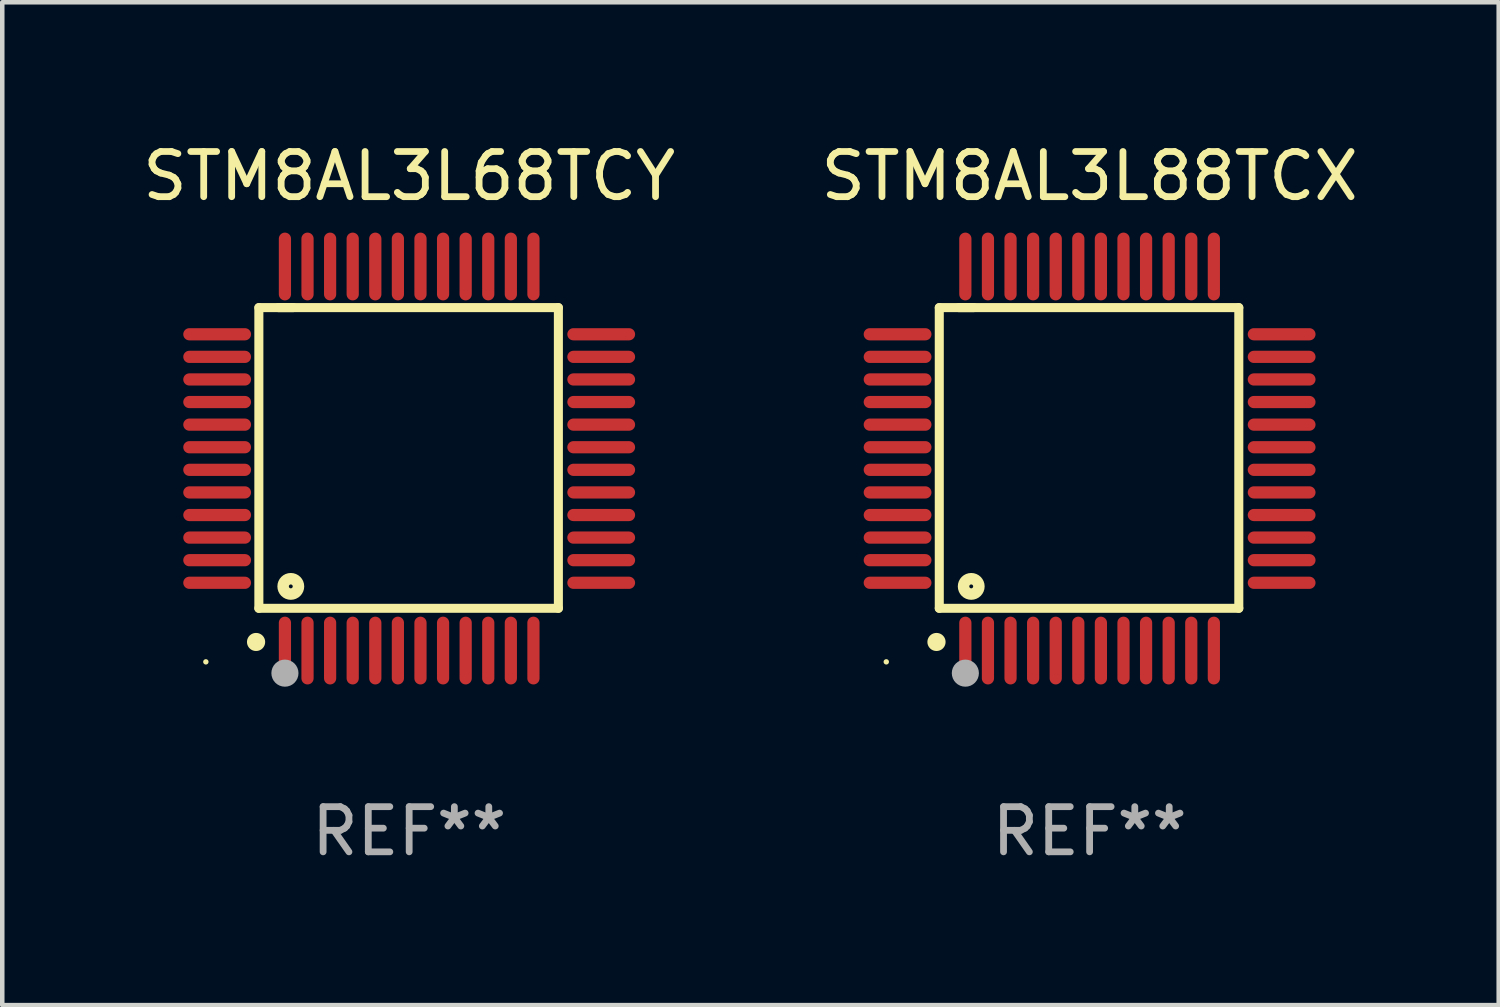
<source format=kicad_pcb>
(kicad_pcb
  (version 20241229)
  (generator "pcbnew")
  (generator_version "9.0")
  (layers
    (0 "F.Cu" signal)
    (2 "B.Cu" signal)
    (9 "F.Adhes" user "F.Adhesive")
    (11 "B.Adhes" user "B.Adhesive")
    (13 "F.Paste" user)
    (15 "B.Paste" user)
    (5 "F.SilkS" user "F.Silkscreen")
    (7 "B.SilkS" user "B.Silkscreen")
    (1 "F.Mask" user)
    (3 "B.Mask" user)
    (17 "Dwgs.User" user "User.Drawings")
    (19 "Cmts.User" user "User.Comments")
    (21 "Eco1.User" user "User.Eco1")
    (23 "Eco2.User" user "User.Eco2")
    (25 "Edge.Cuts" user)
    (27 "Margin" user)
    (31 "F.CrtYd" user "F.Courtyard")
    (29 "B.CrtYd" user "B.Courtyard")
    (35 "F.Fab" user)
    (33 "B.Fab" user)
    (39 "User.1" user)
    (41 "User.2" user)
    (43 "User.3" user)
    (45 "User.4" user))
  (footprint "STM8AL3L88TCX"
    (layer "F.Cu")
    (at 21.065 7.098)
    (property "Reference" "STM8AL3L88TCX" (at 0 -6.25 0) (layer "F.SilkS") (effects (font (size 1 1) (thickness 0.15))))
    (attr through_hole)
    (fp_line (start -3.327 -3.34) (end -2.565 -3.34) (stroke (width 0.2) (type solid)) (layer "F.SilkS"))
    (fp_line (start -3.327 3.315) (end -3.327 -3.34) (stroke (width 0.2) (type solid)) (layer "F.SilkS"))
    (fp_line (start -2.896 -3.34) (end 3.302 -3.34) (stroke (width 0.2) (type solid)) (layer "F.SilkS"))
    (fp_line (start 3.302 -3.34) (end 3.302 3.315) (stroke (width 0.2) (type solid)) (layer "F.SilkS"))
    (fp_line (start 3.302 3.315) (end -3.327 3.315) (stroke (width 0.2) (type solid)) (layer "F.SilkS"))
    (fp_arc (start -3.389992 4.059995) (mid -3.388722 4.059991) (end -3.387452 4.059995) (stroke (width 0.4) (type solid)) (layer "F.SilkS"))
    (fp_circle (center -4.5 4.5) (end -4.47 4.5) (stroke (width 0.06) (type solid)) (fill no) (layer "F.SilkS"))
    (fp_circle (center -2.62 2.83) (end -2.45 2.83) (stroke (width 0.254) (type solid)) (fill no) (layer "F.SilkS"))
    (fp_circle (center -2.75 4.75) (end -2.6 4.75) (stroke (width 0.3) (type solid)) (fill no) (layer "F.Fab"))
    (fp_text user "REF**" (at 0 8.25 0) (layer "F.Fab") (effects (font (size 1 1) (thickness 0.15))))
    (pad "1" smd oval (at -2.75 4.25) (size 0.27 1.5) (layers "F.Cu" "F.Mask" "F.Paste"))
    (pad "2" smd oval (at -2.25 4.25) (size 0.27 1.5) (layers "F.Cu" "F.Mask" "F.Paste"))
    (pad "3" smd oval (at -1.75 4.25) (size 0.27 1.5) (layers "F.Cu" "F.Mask" "F.Paste"))
    (pad "4" smd oval (at -1.25 4.25) (size 0.27 1.5) (layers "F.Cu" "F.Mask" "F.Paste"))
    (pad "5" smd oval (at -0.75 4.25) (size 0.27 1.5) (layers "F.Cu" "F.Mask" "F.Paste"))
    (pad "6" smd oval (at -0.25 4.25) (size 0.27 1.5) (layers "F.Cu" "F.Mask" "F.Paste"))
    (pad "7" smd oval (at 0.25 4.25) (size 0.27 1.5) (layers "F.Cu" "F.Mask" "F.Paste"))
    (pad "8" smd oval (at 0.75 4.25) (size 0.27 1.5) (layers "F.Cu" "F.Mask" "F.Paste"))
    (pad "9" smd oval (at 1.25 4.25) (size 0.27 1.5) (layers "F.Cu" "F.Mask" "F.Paste"))
    (pad "10" smd oval (at 1.75 4.25) (size 0.27 1.5) (layers "F.Cu" "F.Mask" "F.Paste"))
    (pad "11" smd oval (at 2.25 4.25) (size 0.27 1.5) (layers "F.Cu" "F.Mask" "F.Paste"))
    (pad "12" smd oval (at 2.75 4.25) (size 0.27 1.5) (layers "F.Cu" "F.Mask" "F.Paste"))
    (pad "13" smd oval (at 4.25 2.75) (size 1.5 0.27) (layers "F.Cu" "F.Mask" "F.Paste"))
    (pad "14" smd oval (at 4.25 2.25) (size 1.5 0.27) (layers "F.Cu" "F.Mask" "F.Paste"))
    (pad "15" smd oval (at 4.25 1.75) (size 1.5 0.27) (layers "F.Cu" "F.Mask" "F.Paste"))
    (pad "16" smd oval (at 4.25 1.25) (size 1.5 0.27) (layers "F.Cu" "F.Mask" "F.Paste"))
    (pad "17" smd oval (at 4.25 0.75) (size 1.5 0.27) (layers "F.Cu" "F.Mask" "F.Paste"))
    (pad "18" smd oval (at 4.25 0.25) (size 1.5 0.27) (layers "F.Cu" "F.Mask" "F.Paste"))
    (pad "19" smd oval (at 4.25 -0.25) (size 1.5 0.27) (layers "F.Cu" "F.Mask" "F.Paste"))
    (pad "20" smd oval (at 4.25 -0.75) (size 1.5 0.27) (layers "F.Cu" "F.Mask" "F.Paste"))
    (pad "21" smd oval (at 4.25 -1.25) (size 1.5 0.27) (layers "F.Cu" "F.Mask" "F.Paste"))
    (pad "22" smd oval (at 4.25 -1.75) (size 1.5 0.27) (layers "F.Cu" "F.Mask" "F.Paste"))
    (pad "23" smd oval (at 4.25 -2.25) (size 1.5 0.27) (layers "F.Cu" "F.Mask" "F.Paste"))
    (pad "24" smd oval (at 4.25 -2.75) (size 1.5 0.27) (layers "F.Cu" "F.Mask" "F.Paste"))
    (pad "25" smd oval (at 2.75 -4.25) (size 0.27 1.5) (layers "F.Cu" "F.Mask" "F.Paste"))
    (pad "26" smd oval (at 2.25 -4.25) (size 0.27 1.5) (layers "F.Cu" "F.Mask" "F.Paste"))
    (pad "27" smd oval (at 1.75 -4.25) (size 0.27 1.5) (layers "F.Cu" "F.Mask" "F.Paste"))
    (pad "28" smd oval (at 1.25 -4.25) (size 0.27 1.5) (layers "F.Cu" "F.Mask" "F.Paste"))
    (pad "29" smd oval (at 0.75 -4.25) (size 0.27 1.5) (layers "F.Cu" "F.Mask" "F.Paste"))
    (pad "30" smd oval (at 0.25 -4.25) (size 0.27 1.5) (layers "F.Cu" "F.Mask" "F.Paste"))
    (pad "31" smd oval (at -0.25 -4.25) (size 0.27 1.5) (layers "F.Cu" "F.Mask" "F.Paste"))
    (pad "32" smd oval (at -0.75 -4.25) (size 0.27 1.5) (layers "F.Cu" "F.Mask" "F.Paste"))
    (pad "33" smd oval (at -1.25 -4.25) (size 0.27 1.5) (layers "F.Cu" "F.Mask" "F.Paste"))
    (pad "34" smd oval (at -1.75 -4.25) (size 0.27 1.5) (layers "F.Cu" "F.Mask" "F.Paste"))
    (pad "35" smd oval (at -2.25 -4.25) (size 0.27 1.5) (layers "F.Cu" "F.Mask" "F.Paste"))
    (pad "36" smd oval (at -2.75 -4.25) (size 0.27 1.5) (layers "F.Cu" "F.Mask" "F.Paste"))
    (pad "37" smd oval (at -4.25 -2.75) (size 1.5 0.27) (layers "F.Cu" "F.Mask" "F.Paste"))
    (pad "38" smd oval (at -4.25 -2.25) (size 1.5 0.27) (layers "F.Cu" "F.Mask" "F.Paste"))
    (pad "39" smd oval (at -4.25 -1.75) (size 1.5 0.27) (layers "F.Cu" "F.Mask" "F.Paste"))
    (pad "40" smd oval (at -4.25 -1.25) (size 1.5 0.27) (layers "F.Cu" "F.Mask" "F.Paste"))
    (pad "41" smd oval (at -4.25 -0.75) (size 1.5 0.27) (layers "F.Cu" "F.Mask" "F.Paste"))
    (pad "42" smd oval (at -4.25 -0.25) (size 1.5 0.27) (layers "F.Cu" "F.Mask" "F.Paste"))
    (pad "43" smd oval (at -4.25 0.25) (size 1.5 0.27) (layers "F.Cu" "F.Mask" "F.Paste"))
    (pad "44" smd oval (at -4.25 0.75) (size 1.5 0.27) (layers "F.Cu" "F.Mask" "F.Paste"))
    (pad "45" smd oval (at -4.25 1.25) (size 1.5 0.27) (layers "F.Cu" "F.Mask" "F.Paste"))
    (pad "46" smd oval (at -4.25 1.75) (size 1.5 0.27) (layers "F.Cu" "F.Mask" "F.Paste"))
    (pad "47" smd oval (at -4.25 2.25) (size 1.5 0.27) (layers "F.Cu" "F.Mask" "F.Paste"))
    (pad "48" smd oval (at -4.25 2.75) (size 1.5 0.27) (layers "F.Cu" "F.Mask" "F.Paste")))
  (footprint "STM8AL3L68TCY"
    (layer "F.Cu")
    (at 6.006 7.098)
    (property "Reference" "STM8AL3L68TCY" (at 0 -6.25 0) (layer "F.SilkS") (effects (font (size 1 1) (thickness 0.15))))
    (attr through_hole)
    (fp_line (start -3.327 -3.34) (end -2.565 -3.34) (stroke (width 0.2) (type solid)) (layer "F.SilkS"))
    (fp_line (start -3.327 3.315) (end -3.327 -3.34) (stroke (width 0.2) (type solid)) (layer "F.SilkS"))
    (fp_line (start -2.896 -3.34) (end 3.302 -3.34) (stroke (width 0.2) (type solid)) (layer "F.SilkS"))
    (fp_line (start 3.302 -3.34) (end 3.302 3.315) (stroke (width 0.2) (type solid)) (layer "F.SilkS"))
    (fp_line (start 3.302 3.315) (end -3.327 3.315) (stroke (width 0.2) (type solid)) (layer "F.SilkS"))
    (fp_arc (start -3.389992 4.059995) (mid -3.388722 4.059991) (end -3.387452 4.059995) (stroke (width 0.4) (type solid)) (layer "F.SilkS"))
    (fp_circle (center -4.5 4.5) (end -4.47 4.5) (stroke (width 0.06) (type solid)) (fill no) (layer "F.SilkS"))
    (fp_circle (center -2.62 2.83) (end -2.45 2.83) (stroke (width 0.254) (type solid)) (fill no) (layer "F.SilkS"))
    (fp_circle (center -2.75 4.75) (end -2.6 4.75) (stroke (width 0.3) (type solid)) (fill no) (layer "F.Fab"))
    (fp_text user "REF**" (at 0 8.25 0) (layer "F.Fab") (effects (font (size 1 1) (thickness 0.15))))
    (pad "1" smd oval (at -2.75 4.25) (size 0.27 1.5) (layers "F.Cu" "F.Mask" "F.Paste"))
    (pad "2" smd oval (at -2.25 4.25) (size 0.27 1.5) (layers "F.Cu" "F.Mask" "F.Paste"))
    (pad "3" smd oval (at -1.75 4.25) (size 0.27 1.5) (layers "F.Cu" "F.Mask" "F.Paste"))
    (pad "4" smd oval (at -1.25 4.25) (size 0.27 1.5) (layers "F.Cu" "F.Mask" "F.Paste"))
    (pad "5" smd oval (at -0.75 4.25) (size 0.27 1.5) (layers "F.Cu" "F.Mask" "F.Paste"))
    (pad "6" smd oval (at -0.25 4.25) (size 0.27 1.5) (layers "F.Cu" "F.Mask" "F.Paste"))
    (pad "7" smd oval (at 0.25 4.25) (size 0.27 1.5) (layers "F.Cu" "F.Mask" "F.Paste"))
    (pad "8" smd oval (at 0.75 4.25) (size 0.27 1.5) (layers "F.Cu" "F.Mask" "F.Paste"))
    (pad "9" smd oval (at 1.25 4.25) (size 0.27 1.5) (layers "F.Cu" "F.Mask" "F.Paste"))
    (pad "10" smd oval (at 1.75 4.25) (size 0.27 1.5) (layers "F.Cu" "F.Mask" "F.Paste"))
    (pad "11" smd oval (at 2.25 4.25) (size 0.27 1.5) (layers "F.Cu" "F.Mask" "F.Paste"))
    (pad "12" smd oval (at 2.75 4.25) (size 0.27 1.5) (layers "F.Cu" "F.Mask" "F.Paste"))
    (pad "13" smd oval (at 4.25 2.75) (size 1.5 0.27) (layers "F.Cu" "F.Mask" "F.Paste"))
    (pad "14" smd oval (at 4.25 2.25) (size 1.5 0.27) (layers "F.Cu" "F.Mask" "F.Paste"))
    (pad "15" smd oval (at 4.25 1.75) (size 1.5 0.27) (layers "F.Cu" "F.Mask" "F.Paste"))
    (pad "16" smd oval (at 4.25 1.25) (size 1.5 0.27) (layers "F.Cu" "F.Mask" "F.Paste"))
    (pad "17" smd oval (at 4.25 0.75) (size 1.5 0.27) (layers "F.Cu" "F.Mask" "F.Paste"))
    (pad "18" smd oval (at 4.25 0.25) (size 1.5 0.27) (layers "F.Cu" "F.Mask" "F.Paste"))
    (pad "19" smd oval (at 4.25 -0.25) (size 1.5 0.27) (layers "F.Cu" "F.Mask" "F.Paste"))
    (pad "20" smd oval (at 4.25 -0.75) (size 1.5 0.27) (layers "F.Cu" "F.Mask" "F.Paste"))
    (pad "21" smd oval (at 4.25 -1.25) (size 1.5 0.27) (layers "F.Cu" "F.Mask" "F.Paste"))
    (pad "22" smd oval (at 4.25 -1.75) (size 1.5 0.27) (layers "F.Cu" "F.Mask" "F.Paste"))
    (pad "23" smd oval (at 4.25 -2.25) (size 1.5 0.27) (layers "F.Cu" "F.Mask" "F.Paste"))
    (pad "24" smd oval (at 4.25 -2.75) (size 1.5 0.27) (layers "F.Cu" "F.Mask" "F.Paste"))
    (pad "25" smd oval (at 2.75 -4.25) (size 0.27 1.5) (layers "F.Cu" "F.Mask" "F.Paste"))
    (pad "26" smd oval (at 2.25 -4.25) (size 0.27 1.5) (layers "F.Cu" "F.Mask" "F.Paste"))
    (pad "27" smd oval (at 1.75 -4.25) (size 0.27 1.5) (layers "F.Cu" "F.Mask" "F.Paste"))
    (pad "28" smd oval (at 1.25 -4.25) (size 0.27 1.5) (layers "F.Cu" "F.Mask" "F.Paste"))
    (pad "29" smd oval (at 0.75 -4.25) (size 0.27 1.5) (layers "F.Cu" "F.Mask" "F.Paste"))
    (pad "30" smd oval (at 0.25 -4.25) (size 0.27 1.5) (layers "F.Cu" "F.Mask" "F.Paste"))
    (pad "31" smd oval (at -0.25 -4.25) (size 0.27 1.5) (layers "F.Cu" "F.Mask" "F.Paste"))
    (pad "32" smd oval (at -0.75 -4.25) (size 0.27 1.5) (layers "F.Cu" "F.Mask" "F.Paste"))
    (pad "33" smd oval (at -1.25 -4.25) (size 0.27 1.5) (layers "F.Cu" "F.Mask" "F.Paste"))
    (pad "34" smd oval (at -1.75 -4.25) (size 0.27 1.5) (layers "F.Cu" "F.Mask" "F.Paste"))
    (pad "35" smd oval (at -2.25 -4.25) (size 0.27 1.5) (layers "F.Cu" "F.Mask" "F.Paste"))
    (pad "36" smd oval (at -2.75 -4.25) (size 0.27 1.5) (layers "F.Cu" "F.Mask" "F.Paste"))
    (pad "37" smd oval (at -4.25 -2.75) (size 1.5 0.27) (layers "F.Cu" "F.Mask" "F.Paste"))
    (pad "38" smd oval (at -4.25 -2.25) (size 1.5 0.27) (layers "F.Cu" "F.Mask" "F.Paste"))
    (pad "39" smd oval (at -4.25 -1.75) (size 1.5 0.27) (layers "F.Cu" "F.Mask" "F.Paste"))
    (pad "40" smd oval (at -4.25 -1.25) (size 1.5 0.27) (layers "F.Cu" "F.Mask" "F.Paste"))
    (pad "41" smd oval (at -4.25 -0.75) (size 1.5 0.27) (layers "F.Cu" "F.Mask" "F.Paste"))
    (pad "42" smd oval (at -4.25 -0.25) (size 1.5 0.27) (layers "F.Cu" "F.Mask" "F.Paste"))
    (pad "43" smd oval (at -4.25 0.25) (size 1.5 0.27) (layers "F.Cu" "F.Mask" "F.Paste"))
    (pad "44" smd oval (at -4.25 0.75) (size 1.5 0.27) (layers "F.Cu" "F.Mask" "F.Paste"))
    (pad "45" smd oval (at -4.25 1.25) (size 1.5 0.27) (layers "F.Cu" "F.Mask" "F.Paste"))
    (pad "46" smd oval (at -4.25 1.75) (size 1.5 0.27) (layers "F.Cu" "F.Mask" "F.Paste"))
    (pad "47" smd oval (at -4.25 2.25) (size 1.5 0.27) (layers "F.Cu" "F.Mask" "F.Paste"))
    (pad "48" smd oval (at -4.25 2.75) (size 1.5 0.27) (layers "F.Cu" "F.Mask" "F.Paste")))
  (gr_rect
    (start -3 -3)
    (end 30.119 19.196)
    (stroke (width 0.1) (type default))
    (fill no)
    (layer "Edge.Cuts")))
</source>
